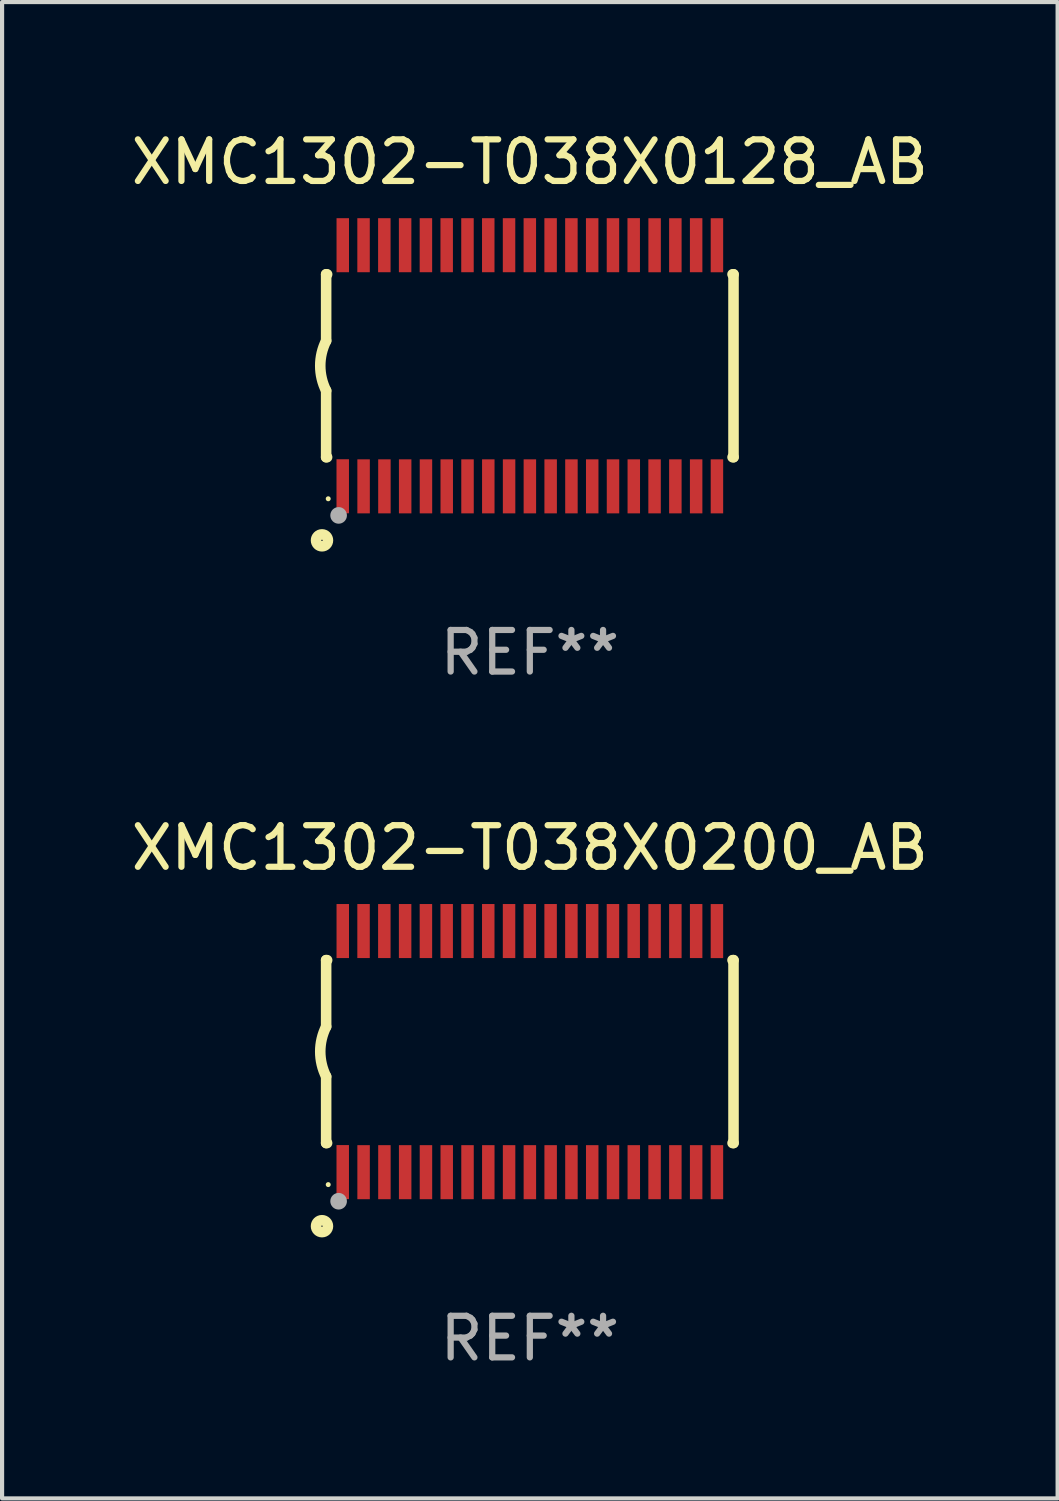
<source format=kicad_pcb>
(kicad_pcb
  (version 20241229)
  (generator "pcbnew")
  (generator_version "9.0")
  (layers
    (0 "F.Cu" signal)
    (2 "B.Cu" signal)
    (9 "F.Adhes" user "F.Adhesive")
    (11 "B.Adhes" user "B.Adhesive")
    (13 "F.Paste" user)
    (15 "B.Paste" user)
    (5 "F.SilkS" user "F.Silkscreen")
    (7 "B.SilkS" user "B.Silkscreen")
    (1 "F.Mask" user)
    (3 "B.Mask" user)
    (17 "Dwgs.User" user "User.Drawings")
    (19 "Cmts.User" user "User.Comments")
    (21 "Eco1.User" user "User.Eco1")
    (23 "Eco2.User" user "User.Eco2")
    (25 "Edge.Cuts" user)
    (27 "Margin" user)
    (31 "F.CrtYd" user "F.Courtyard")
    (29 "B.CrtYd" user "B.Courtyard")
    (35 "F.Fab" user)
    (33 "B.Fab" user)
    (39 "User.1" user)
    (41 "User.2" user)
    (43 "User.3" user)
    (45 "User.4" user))
  (footprint "XMC1302-T038X0128_AB"
    (layer "F.Cu")
    (at 9.696 5.749)
    (property "Reference" "XMC1302-T038X0128_AB" (at 0 -4.901 0) (layer "F.SilkS") (effects (font (size 1 1) (thickness 0.15))))
    (attr through_hole)
    (fp_line (start -4.9 -2.2) (end -4.9 -0.6) (stroke (width 0.254) (type solid)) (layer "F.SilkS"))
    (fp_line (start -4.9 -2.2) (end -4.876 -2.2) (stroke (width 0.254) (type solid)) (layer "F.SilkS"))
    (fp_line (start -4.9 2.2) (end -4.9 0.6) (stroke (width 0.254) (type solid)) (layer "F.SilkS"))
    (fp_line (start -4.9 2.2) (end -4.877 2.2) (stroke (width 0.254) (type solid)) (layer "F.SilkS"))
    (fp_line (start 4.876 -2.2) (end 4.9 -2.2) (stroke (width 0.254) (type solid)) (layer "F.SilkS"))
    (fp_line (start 4.877 2.2) (end 4.9 2.2) (stroke (width 0.254) (type solid)) (layer "F.SilkS"))
    (fp_line (start 4.9 -2.2) (end 4.9 2.2) (stroke (width 0.254) (type solid)) (layer "F.SilkS"))
    (fp_arc (start -4.900051 0.599822) (mid -5.041652 -0.000095) (end -4.9 -0.6) (stroke (width 0.254001) (type solid)) (layer "F.SilkS"))
    (fp_circle (center -5 4.2) (end -4.857 4.2) (stroke (width 0.254) (type solid)) (fill no) (layer "F.SilkS"))
    (fp_circle (center -4.85 3.2) (end -4.82 3.2) (stroke (width 0.06) (type solid)) (fill no) (layer "F.SilkS"))
    (fp_circle (center -4.6 3.6) (end -4.5 3.6) (stroke (width 0.2) (type solid)) (fill no) (layer "F.Fab"))
    (fp_text user "REF**" (at 0 6.901 0) (layer "F.Fab") (effects (font (size 1 1) (thickness 0.15))))
    (pad "1" smd rect (at -4.501 2.899 90) (size 1.3 0.3) (layers "F.Cu" "F.Mask" "F.Paste"))
    (pad "2" smd rect (at -3.999 2.901 90) (size 1.3 0.3) (layers "F.Cu" "F.Mask" "F.Paste"))
    (pad "3" smd rect (at -3.498 2.901 90) (size 1.3 0.3) (layers "F.Cu" "F.Mask" "F.Paste"))
    (pad "4" smd rect (at -2.999 2.901 90) (size 1.3 0.3) (layers "F.Cu" "F.Mask" "F.Paste"))
    (pad "5" smd rect (at -2.499 2.901 90) (size 1.3 0.3) (layers "F.Cu" "F.Mask" "F.Paste"))
    (pad "6" smd rect (at -1.999 2.901 90) (size 1.3 0.3) (layers "F.Cu" "F.Mask" "F.Paste"))
    (pad "7" smd rect (at -1.499 2.901 90) (size 1.3 0.3) (layers "F.Cu" "F.Mask" "F.Paste"))
    (pad "8" smd rect (at -0.999 2.901 90) (size 1.3 0.3) (layers "F.Cu" "F.Mask" "F.Paste"))
    (pad "9" smd rect (at -0.499 2.901 90) (size 1.3 0.3) (layers "F.Cu" "F.Mask" "F.Paste"))
    (pad "10" smd rect (at 0.001 2.901 90) (size 1.3 0.3) (layers "F.Cu" "F.Mask" "F.Paste"))
    (pad "11" smd rect (at 0.501 2.901 90) (size 1.3 0.3) (layers "F.Cu" "F.Mask" "F.Paste"))
    (pad "12" smd rect (at 1.001 2.901 90) (size 1.3 0.3) (layers "F.Cu" "F.Mask" "F.Paste"))
    (pad "13" smd rect (at 1.501 2.901 90) (size 1.3 0.3) (layers "F.Cu" "F.Mask" "F.Paste"))
    (pad "14" smd rect (at 2.001 2.901 90) (size 1.3 0.3) (layers "F.Cu" "F.Mask" "F.Paste"))
    (pad "15" smd rect (at 2.501 2.901 90) (size 1.3 0.3) (layers "F.Cu" "F.Mask" "F.Paste"))
    (pad "16" smd rect (at 3.001 2.901 90) (size 1.3 0.3) (layers "F.Cu" "F.Mask" "F.Paste"))
    (pad "17" smd rect (at 3.501 2.901 90) (size 1.3 0.3) (layers "F.Cu" "F.Mask" "F.Paste"))
    (pad "18" smd rect (at 4.001 2.901 90) (size 1.3 0.3) (layers "F.Cu" "F.Mask" "F.Paste"))
    (pad "19" smd rect (at 4.501 2.901 90) (size 1.3 0.3) (layers "F.Cu" "F.Mask" "F.Paste"))
    (pad "20" smd rect (at 4.501 -2.899 90) (size 1.3 0.3) (layers "F.Cu" "F.Mask" "F.Paste"))
    (pad "21" smd rect (at 4.001 -2.9 90) (size 1.3 0.3) (layers "F.Cu" "F.Mask" "F.Paste"))
    (pad "22" smd rect (at 3.501 -2.899 90) (size 1.3 0.3) (layers "F.Cu" "F.Mask" "F.Paste"))
    (pad "23" smd rect (at 3.002 -2.899 90) (size 1.3 0.3) (layers "F.Cu" "F.Mask" "F.Paste"))
    (pad "24" smd rect (at 2.499 -2.901 90) (size 1.3 0.3) (layers "F.Cu" "F.Mask" "F.Paste"))
    (pad "25" smd rect (at 2 -2.9 90) (size 1.3 0.3) (layers "F.Cu" "F.Mask" "F.Paste"))
    (pad "26" smd rect (at 1.5 -2.9 90) (size 1.3 0.3) (layers "F.Cu" "F.Mask" "F.Paste"))
    (pad "27" smd rect (at 1 -2.9 90) (size 1.3 0.3) (layers "F.Cu" "F.Mask" "F.Paste"))
    (pad "28" smd rect (at 0.5 -2.9 90) (size 1.3 0.3) (layers "F.Cu" "F.Mask" "F.Paste"))
    (pad "29" smd rect (at 0.000127 -2.9 90) (size 1.3 0.3) (layers "F.Cu" "F.Mask" "F.Paste"))
    (pad "30" smd rect (at -0.5 -2.9 90) (size 1.3 0.3) (layers "F.Cu" "F.Mask" "F.Paste"))
    (pad "31" smd rect (at -1 -2.9 90) (size 1.3 0.3) (layers "F.Cu" "F.Mask" "F.Paste"))
    (pad "32" smd rect (at -1.5 -2.9 90) (size 1.3 0.3) (layers "F.Cu" "F.Mask" "F.Paste"))
    (pad "33" smd rect (at -2 -2.9 90) (size 1.3 0.3) (layers "F.Cu" "F.Mask" "F.Paste"))
    (pad "34" smd rect (at -2.5 -2.9 90) (size 1.3 0.3) (layers "F.Cu" "F.Mask" "F.Paste"))
    (pad "35" smd rect (at -3 -2.9 90) (size 1.3 0.3) (layers "F.Cu" "F.Mask" "F.Paste"))
    (pad "36" smd rect (at -3.5 -2.9 90) (size 1.3 0.3) (layers "F.Cu" "F.Mask" "F.Paste"))
    (pad "37" smd rect (at -4 -2.9 90) (size 1.3 0.3) (layers "F.Cu" "F.Mask" "F.Paste"))
    (pad "38" smd rect (at -4.5 -2.9 90) (size 1.3 0.3) (layers "F.Cu" "F.Mask" "F.Paste")))
  (footprint "XMC1302-T038X0200_AB"
    (layer "F.Cu")
    (at 9.696 22.248)
    (property "Reference" "XMC1302-T038X0200_AB" (at 0 -4.901 0) (layer "F.SilkS") (effects (font (size 1 1) (thickness 0.15))))
    (attr through_hole)
    (fp_line (start -4.9 -2.2) (end -4.9 -0.6) (stroke (width 0.254) (type solid)) (layer "F.SilkS"))
    (fp_line (start -4.9 -2.2) (end -4.876 -2.2) (stroke (width 0.254) (type solid)) (layer "F.SilkS"))
    (fp_line (start -4.9 2.2) (end -4.9 0.6) (stroke (width 0.254) (type solid)) (layer "F.SilkS"))
    (fp_line (start -4.9 2.2) (end -4.877 2.2) (stroke (width 0.254) (type solid)) (layer "F.SilkS"))
    (fp_line (start 4.876 -2.2) (end 4.9 -2.2) (stroke (width 0.254) (type solid)) (layer "F.SilkS"))
    (fp_line (start 4.877 2.2) (end 4.9 2.2) (stroke (width 0.254) (type solid)) (layer "F.SilkS"))
    (fp_line (start 4.9 -2.2) (end 4.9 2.2) (stroke (width 0.254) (type solid)) (layer "F.SilkS"))
    (fp_arc (start -4.900051 0.599822) (mid -5.041652 -0.000095) (end -4.9 -0.6) (stroke (width 0.254001) (type solid)) (layer "F.SilkS"))
    (fp_circle (center -5 4.2) (end -4.857 4.2) (stroke (width 0.254) (type solid)) (fill no) (layer "F.SilkS"))
    (fp_circle (center -4.85 3.2) (end -4.82 3.2) (stroke (width 0.06) (type solid)) (fill no) (layer "F.SilkS"))
    (fp_circle (center -4.6 3.6) (end -4.5 3.6) (stroke (width 0.2) (type solid)) (fill no) (layer "F.Fab"))
    (fp_text user "REF**" (at 0 6.901 0) (layer "F.Fab") (effects (font (size 1 1) (thickness 0.15))))
    (pad "1" smd rect (at -4.501 2.899 90) (size 1.3 0.3) (layers "F.Cu" "F.Mask" "F.Paste"))
    (pad "2" smd rect (at -3.999 2.901 90) (size 1.3 0.3) (layers "F.Cu" "F.Mask" "F.Paste"))
    (pad "3" smd rect (at -3.498 2.901 90) (size 1.3 0.3) (layers "F.Cu" "F.Mask" "F.Paste"))
    (pad "4" smd rect (at -2.999 2.901 90) (size 1.3 0.3) (layers "F.Cu" "F.Mask" "F.Paste"))
    (pad "5" smd rect (at -2.499 2.901 90) (size 1.3 0.3) (layers "F.Cu" "F.Mask" "F.Paste"))
    (pad "6" smd rect (at -1.999 2.901 90) (size 1.3 0.3) (layers "F.Cu" "F.Mask" "F.Paste"))
    (pad "7" smd rect (at -1.499 2.901 90) (size 1.3 0.3) (layers "F.Cu" "F.Mask" "F.Paste"))
    (pad "8" smd rect (at -0.999 2.901 90) (size 1.3 0.3) (layers "F.Cu" "F.Mask" "F.Paste"))
    (pad "9" smd rect (at -0.499 2.901 90) (size 1.3 0.3) (layers "F.Cu" "F.Mask" "F.Paste"))
    (pad "10" smd rect (at 0.001 2.901 90) (size 1.3 0.3) (layers "F.Cu" "F.Mask" "F.Paste"))
    (pad "11" smd rect (at 0.501 2.901 90) (size 1.3 0.3) (layers "F.Cu" "F.Mask" "F.Paste"))
    (pad "12" smd rect (at 1.001 2.901 90) (size 1.3 0.3) (layers "F.Cu" "F.Mask" "F.Paste"))
    (pad "13" smd rect (at 1.501 2.901 90) (size 1.3 0.3) (layers "F.Cu" "F.Mask" "F.Paste"))
    (pad "14" smd rect (at 2.001 2.901 90) (size 1.3 0.3) (layers "F.Cu" "F.Mask" "F.Paste"))
    (pad "15" smd rect (at 2.501 2.901 90) (size 1.3 0.3) (layers "F.Cu" "F.Mask" "F.Paste"))
    (pad "16" smd rect (at 3.001 2.901 90) (size 1.3 0.3) (layers "F.Cu" "F.Mask" "F.Paste"))
    (pad "17" smd rect (at 3.501 2.901 90) (size 1.3 0.3) (layers "F.Cu" "F.Mask" "F.Paste"))
    (pad "18" smd rect (at 4.001 2.901 90) (size 1.3 0.3) (layers "F.Cu" "F.Mask" "F.Paste"))
    (pad "19" smd rect (at 4.501 2.901 90) (size 1.3 0.3) (layers "F.Cu" "F.Mask" "F.Paste"))
    (pad "20" smd rect (at 4.501 -2.899 90) (size 1.3 0.3) (layers "F.Cu" "F.Mask" "F.Paste"))
    (pad "21" smd rect (at 4.001 -2.9 90) (size 1.3 0.3) (layers "F.Cu" "F.Mask" "F.Paste"))
    (pad "22" smd rect (at 3.501 -2.899 90) (size 1.3 0.3) (layers "F.Cu" "F.Mask" "F.Paste"))
    (pad "23" smd rect (at 3.002 -2.899 90) (size 1.3 0.3) (layers "F.Cu" "F.Mask" "F.Paste"))
    (pad "24" smd rect (at 2.499 -2.901 90) (size 1.3 0.3) (layers "F.Cu" "F.Mask" "F.Paste"))
    (pad "25" smd rect (at 2 -2.9 90) (size 1.3 0.3) (layers "F.Cu" "F.Mask" "F.Paste"))
    (pad "26" smd rect (at 1.5 -2.9 90) (size 1.3 0.3) (layers "F.Cu" "F.Mask" "F.Paste"))
    (pad "27" smd rect (at 1 -2.9 90) (size 1.3 0.3) (layers "F.Cu" "F.Mask" "F.Paste"))
    (pad "28" smd rect (at 0.5 -2.9 90) (size 1.3 0.3) (layers "F.Cu" "F.Mask" "F.Paste"))
    (pad "29" smd rect (at 0.000127 -2.9 90) (size 1.3 0.3) (layers "F.Cu" "F.Mask" "F.Paste"))
    (pad "30" smd rect (at -0.5 -2.9 90) (size 1.3 0.3) (layers "F.Cu" "F.Mask" "F.Paste"))
    (pad "31" smd rect (at -1 -2.9 90) (size 1.3 0.3) (layers "F.Cu" "F.Mask" "F.Paste"))
    (pad "32" smd rect (at -1.5 -2.9 90) (size 1.3 0.3) (layers "F.Cu" "F.Mask" "F.Paste"))
    (pad "33" smd rect (at -2 -2.9 90) (size 1.3 0.3) (layers "F.Cu" "F.Mask" "F.Paste"))
    (pad "34" smd rect (at -2.5 -2.9 90) (size 1.3 0.3) (layers "F.Cu" "F.Mask" "F.Paste"))
    (pad "35" smd rect (at -3 -2.9 90) (size 1.3 0.3) (layers "F.Cu" "F.Mask" "F.Paste"))
    (pad "36" smd rect (at -3.5 -2.9 90) (size 1.3 0.3) (layers "F.Cu" "F.Mask" "F.Paste"))
    (pad "37" smd rect (at -4 -2.9 90) (size 1.3 0.3) (layers "F.Cu" "F.Mask" "F.Paste"))
    (pad "38" smd rect (at -4.5 -2.9 90) (size 1.3 0.3) (layers "F.Cu" "F.Mask" "F.Paste")))
  (gr_rect
    (start -3 -3)
    (end 22.393 32.997)
    (stroke (width 0.1) (type default))
    (fill no)
    (layer "Edge.Cuts")))
</source>
